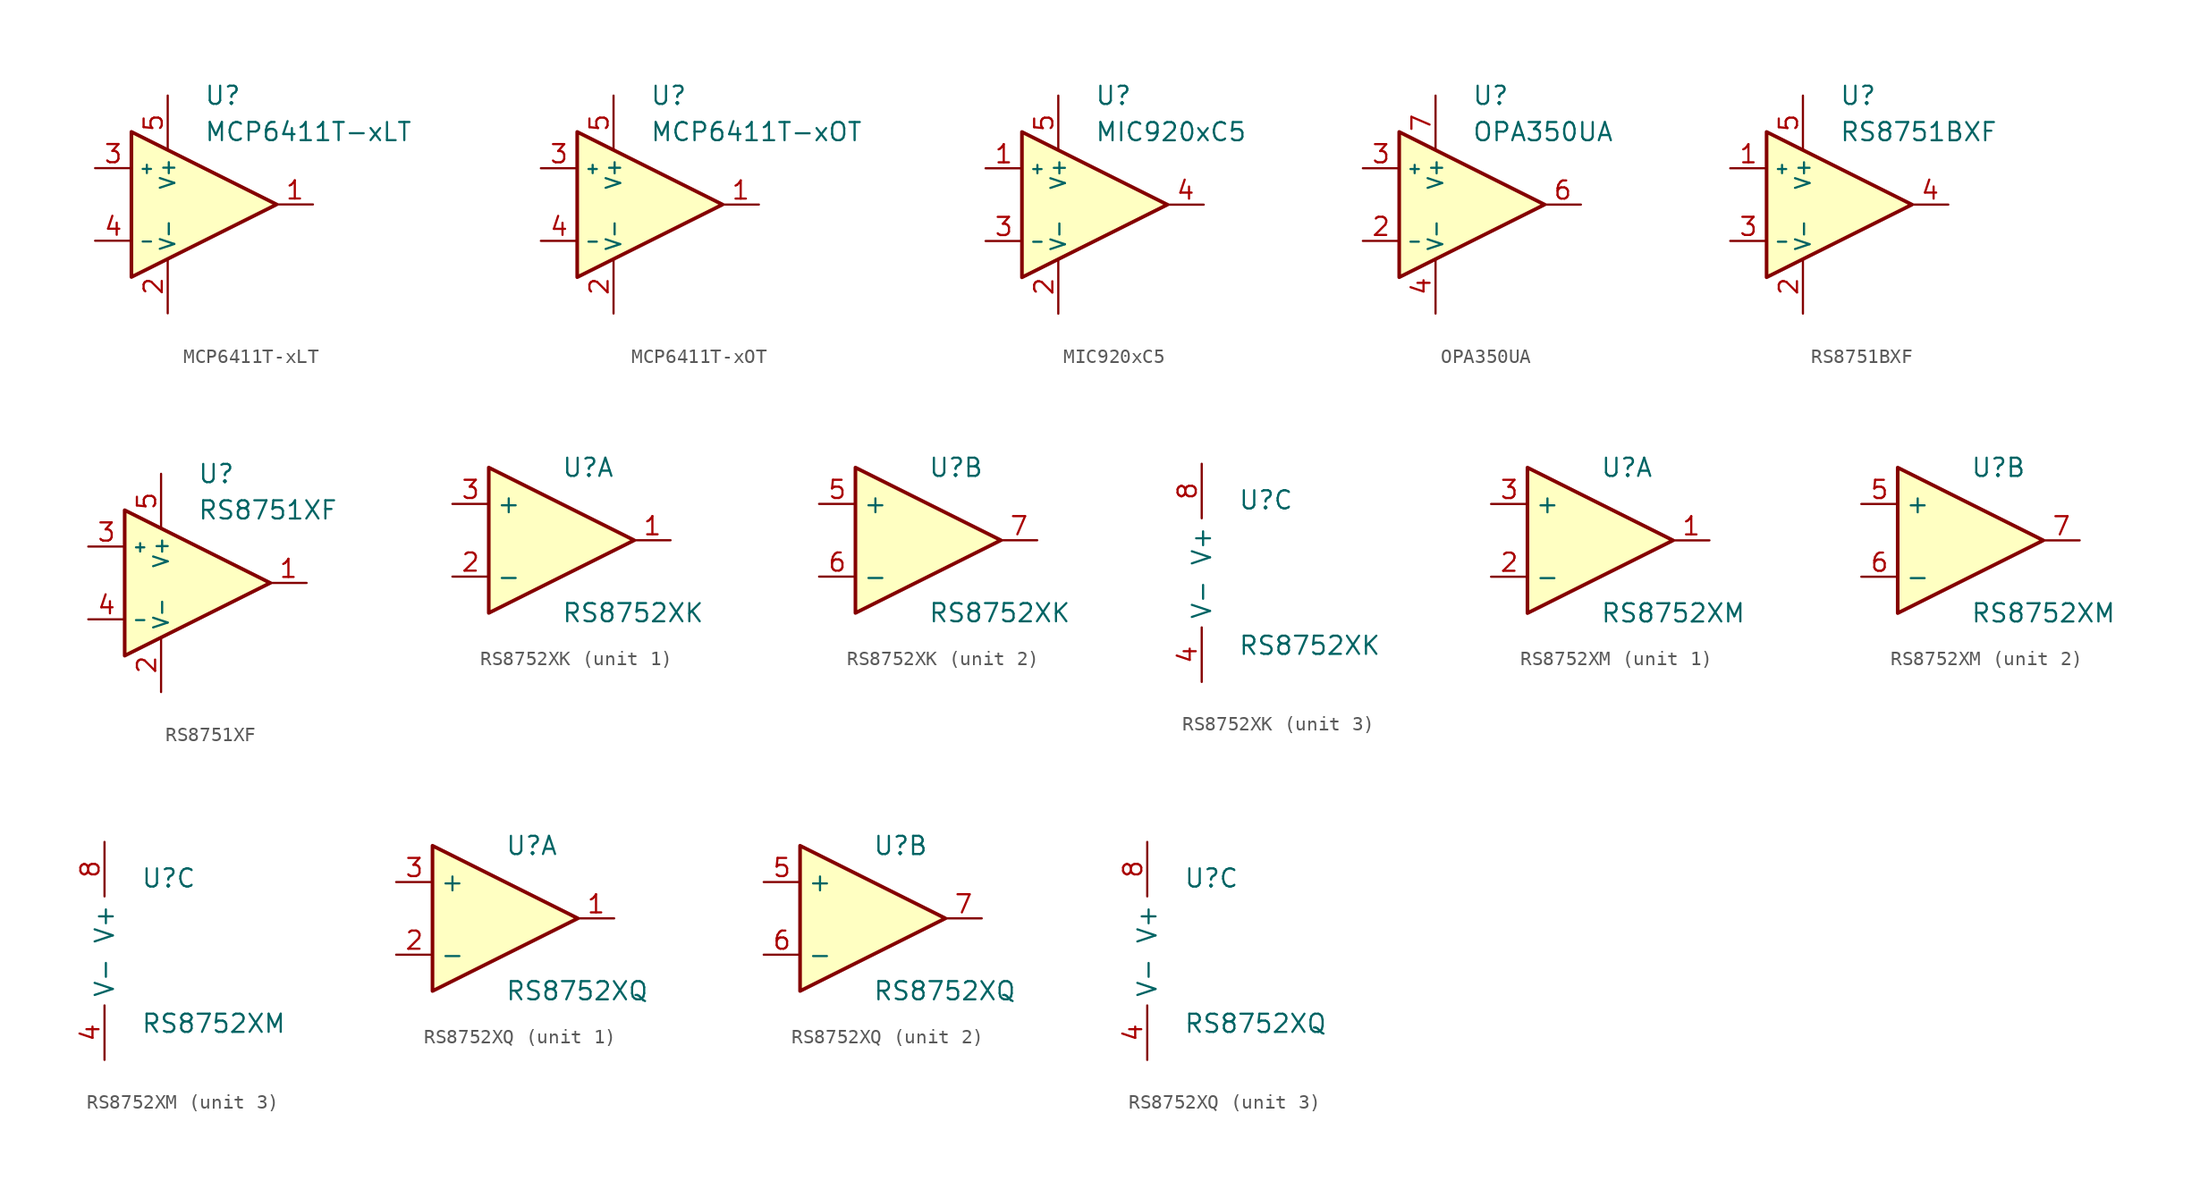
<source format=kicad_sym>
(kicad_symbol_lib
  (version 20210619)
  (generator kicad_symbol_editor)
  (symbol "Gekkio_Amplifier_Operational:MCP6411T-xLT"
    (property "Reference" "U"
      (at 0 7.62 0)
      (effects (font (size 1.27 1.27)) (justify left)))
    (property "Value" "MCP6411T-xLT"
      (at 0 5.08 0)
      (effects (font (size 1.27 1.27)) (justify left)))
    (symbol "MCP6411T-xLT_0_1"
      (polyline (pts (xy -5.08 5.08) (xy 5.08 0) (xy -5.08 -5.08) (xy -5.08 5.08)) (stroke (width 0.254)) (fill (type background))))
    (symbol "MCP6411T-xLT_1_1"
      (pin output line (at 7.62 0 180) (length 2.54) (name "~" (effects (font (size 1.27 1.27)))) (number "1" (effects (font (size 1.27 1.27)))))
      (pin power_in line (at -2.54 -7.62 90) (length 3.81) (name "V-" (effects (font (size 1.016 1.016)))) (number "2" (effects (font (size 1.27 1.27)))))
      (pin input line (at -7.62 2.54 0) (length 2.54) (name "+" (effects (font (size 0.762 0.762)))) (number "3" (effects (font (size 1.27 1.27)))))
      (pin input line (at -7.62 -2.54 0) (length 2.54) (name "-" (effects (font (size 0.762 0.762)))) (number "4" (effects (font (size 1.27 1.27)))))
      (pin power_in line (at -2.54 7.62 270) (length 3.81) (name "V+" (effects (font (size 1.016 1.016)))) (number "5" (effects (font (size 1.27 1.27)))))))
  (symbol "Gekkio_Amplifier_Operational:MCP6411T-xOT"
    (property "Reference" "U"
      (at 0 7.62 0)
      (effects (font (size 1.27 1.27)) (justify left)))
    (property "Value" "MCP6411T-xOT"
      (at 0 5.08 0)
      (effects (font (size 1.27 1.27)) (justify left)))
    (symbol "MCP6411T-xOT_0_1"
      (polyline (pts (xy -5.08 5.08) (xy 5.08 0) (xy -5.08 -5.08) (xy -5.08 5.08)) (stroke (width 0.254)) (fill (type background))))
    (symbol "MCP6411T-xOT_1_1"
      (pin output line (at 7.62 0 180) (length 2.54) (name "~" (effects (font (size 1.27 1.27)))) (number "1" (effects (font (size 1.27 1.27)))))
      (pin power_in line (at -2.54 -7.62 90) (length 3.81) (name "V-" (effects (font (size 1.016 1.016)))) (number "2" (effects (font (size 1.27 1.27)))))
      (pin input line (at -7.62 2.54 0) (length 2.54) (name "+" (effects (font (size 0.762 0.762)))) (number "3" (effects (font (size 1.27 1.27)))))
      (pin input line (at -7.62 -2.54 0) (length 2.54) (name "-" (effects (font (size 0.762 0.762)))) (number "4" (effects (font (size 1.27 1.27)))))
      (pin power_in line (at -2.54 7.62 270) (length 3.81) (name "V+" (effects (font (size 1.016 1.016)))) (number "5" (effects (font (size 1.27 1.27)))))))
  (symbol "Gekkio_Amplifier_Operational:MIC920xC5"
    (property "Reference" "U"
      (at 0 7.62 0)
      (effects (font (size 1.27 1.27)) (justify left)))
    (property "Value" "MIC920xC5"
      (at 0 5.08 0)
      (effects (font (size 1.27 1.27)) (justify left)))
    (symbol "MIC920xC5_0_1"
      (polyline (pts (xy -5.08 5.08) (xy 5.08 0) (xy -5.08 -5.08) (xy -5.08 5.08)) (stroke (width 0.254)) (fill (type background))))
    (symbol "MIC920xC5_1_1"
      (pin input line (at -7.62 2.54 0) (length 2.54) (name "+" (effects (font (size 0.762 0.762)))) (number "1" (effects (font (size 1.27 1.27)))))
      (pin power_in line (at -2.54 -7.62 90) (length 3.81) (name "V-" (effects (font (size 1.016 1.016)))) (number "2" (effects (font (size 1.27 1.27)))))
      (pin input line (at -7.62 -2.54 0) (length 2.54) (name "-" (effects (font (size 0.762 0.762)))) (number "3" (effects (font (size 1.27 1.27)))))
      (pin output line (at 7.62 0 180) (length 2.54) (name "~" (effects (font (size 1.27 1.27)))) (number "4" (effects (font (size 1.27 1.27)))))
      (pin power_in line (at -2.54 7.62 270) (length 3.81) (name "V+" (effects (font (size 1.016 1.016)))) (number "5" (effects (font (size 1.27 1.27)))))))
  (symbol "Gekkio_Amplifier_Operational:OPA350UA"
    (property "Reference" "U"
      (at 0 7.62 0)
      (effects (font (size 1.27 1.27)) (justify left)))
    (property "Value" "OPA350UA"
      (at 0 5.08 0)
      (effects (font (size 1.27 1.27)) (justify left)))
    (symbol "OPA350UA_0_1"
      (polyline (pts (xy -5.08 5.08) (xy 5.08 0) (xy -5.08 -5.08) (xy -5.08 5.08)) (stroke (width 0.254)) (fill (type background))))
    (symbol "OPA350UA_1_1"
      (pin input line (at -7.62 -2.54 0) (length 2.54) (name "-" (effects (font (size 0.762 0.762)))) (number "2" (effects (font (size 1.27 1.27)))))
      (pin input line (at -7.62 2.54 0) (length 2.54) (name "+" (effects (font (size 0.762 0.762)))) (number "3" (effects (font (size 1.27 1.27)))))
      (pin power_in line (at -2.54 -7.62 90) (length 3.81) (name "V-" (effects (font (size 1.016 1.016)))) (number "4" (effects (font (size 1.27 1.27)))))
      (pin output line (at 7.62 0 180) (length 2.54) (name "~" (effects (font (size 1.27 1.27)))) (number "6" (effects (font (size 1.27 1.27)))))
      (pin power_in line (at -2.54 7.62 270) (length 3.81) (name "V+" (effects (font (size 1.016 1.016)))) (number "7" (effects (font (size 1.27 1.27)))))))
  (symbol "Gekkio_Amplifier_Operational:RS8751BXF"
    (property "Reference" "U"
      (at 0 7.62 0)
      (effects (font (size 1.27 1.27)) (justify left)))
    (property "Value" "RS8751BXF"
      (at 0 5.08 0)
      (effects (font (size 1.27 1.27)) (justify left)))
    (symbol "RS8751BXF_0_1"
      (polyline (pts (xy -5.08 5.08) (xy 5.08 0) (xy -5.08 -5.08) (xy -5.08 5.08)) (stroke (width 0.254)) (fill (type background))))
    (symbol "RS8751BXF_1_1"
      (pin input line (at -7.62 2.54 0) (length 2.54) (name "+" (effects (font (size 0.762 0.762)))) (number "1" (effects (font (size 1.27 1.27)))))
      (pin power_in line (at -2.54 -7.62 90) (length 3.81) (name "V-" (effects (font (size 1.016 1.016)))) (number "2" (effects (font (size 1.27 1.27)))))
      (pin input line (at -7.62 -2.54 0) (length 2.54) (name "-" (effects (font (size 0.762 0.762)))) (number "3" (effects (font (size 1.27 1.27)))))
      (pin output line (at 7.62 0 180) (length 2.54) (name "~" (effects (font (size 1.27 1.27)))) (number "4" (effects (font (size 1.27 1.27)))))
      (pin power_in line (at -2.54 7.62 270) (length 3.81) (name "V+" (effects (font (size 1.016 1.016)))) (number "5" (effects (font (size 1.27 1.27)))))))
  (symbol "Gekkio_Amplifier_Operational:RS8751XF"
    (property "Reference" "U"
      (at 0 7.62 0)
      (effects (font (size 1.27 1.27)) (justify left)))
    (property "Value" "RS8751XF"
      (at 0 5.08 0)
      (effects (font (size 1.27 1.27)) (justify left)))
    (symbol "RS8751XF_0_1"
      (polyline (pts (xy -5.08 5.08) (xy 5.08 0) (xy -5.08 -5.08) (xy -5.08 5.08)) (stroke (width 0.254)) (fill (type background))))
    (symbol "RS8751XF_1_1"
      (pin output line (at 7.62 0 180) (length 2.54) (name "~" (effects (font (size 1.27 1.27)))) (number "1" (effects (font (size 1.27 1.27)))))
      (pin power_in line (at -2.54 -7.62 90) (length 3.81) (name "V-" (effects (font (size 1.016 1.016)))) (number "2" (effects (font (size 1.27 1.27)))))
      (pin input line (at -7.62 2.54 0) (length 2.54) (name "+" (effects (font (size 0.762 0.762)))) (number "3" (effects (font (size 1.27 1.27)))))
      (pin input line (at -7.62 -2.54 0) (length 2.54) (name "-" (effects (font (size 0.762 0.762)))) (number "4" (effects (font (size 1.27 1.27)))))
      (pin power_in line (at -2.54 7.62 270) (length 3.81) (name "V+" (effects (font (size 1.016 1.016)))) (number "5" (effects (font (size 1.27 1.27)))))))
  (symbol "Gekkio_Amplifier_Operational:RS8752XK"
    (property "Reference" "U"
      (at 0 5.08 0)
      (effects (font (size 1.27 1.27)) (justify left)))
    (property "Value" "RS8752XK"
      (at 0 -5.08 0)
      (effects (font (size 1.27 1.27)) (justify left)))
    (property "ki_locked" ""
      (at 0 0 0)
      (effects (font (size 1.27 1.27))))
    (symbol "RS8752XK_1_1"
      (polyline (pts (xy -5.08 5.08) (xy 5.08 0) (xy -5.08 -5.08) (xy -5.08 5.08)) (stroke (width 0.254)) (fill (type background)))
      (pin output line (at 7.62 0 180) (length 2.54) (name "~" (effects (font (size 1.27 1.27)))) (number "1" (effects (font (size 1.27 1.27)))))
      (pin input line (at -7.62 -2.54 0) (length 2.54) (name "-" (effects (font (size 1.27 1.27)))) (number "2" (effects (font (size 1.27 1.27)))))
      (pin input line (at -7.62 2.54 0) (length 2.54) (name "+" (effects (font (size 1.27 1.27)))) (number "3" (effects (font (size 1.27 1.27))))))
    (symbol "RS8752XK_2_1"
      (polyline (pts (xy -5.08 5.08) (xy 5.08 0) (xy -5.08 -5.08) (xy -5.08 5.08)) (stroke (width 0.254)) (fill (type background)))
      (pin input line (at -7.62 2.54 0) (length 2.54) (name "+" (effects (font (size 1.27 1.27)))) (number "5" (effects (font (size 1.27 1.27)))))
      (pin input line (at -7.62 -2.54 0) (length 2.54) (name "-" (effects (font (size 1.27 1.27)))) (number "6" (effects (font (size 1.27 1.27)))))
      (pin output line (at 7.62 0 180) (length 2.54) (name "~" (effects (font (size 1.27 1.27)))) (number "7" (effects (font (size 1.27 1.27))))))
    (symbol "RS8752XK_3_1"
      (pin power_in line (at -2.54 -7.62 90) (length 3.81) (name "V-" (effects (font (size 1.27 1.27)))) (number "4" (effects (font (size 1.27 1.27)))))
      (pin power_in line (at -2.54 7.62 270) (length 3.81) (name "V+" (effects (font (size 1.27 1.27)))) (number "8" (effects (font (size 1.27 1.27)))))))
  (symbol "Gekkio_Amplifier_Operational:RS8752XM"
    (property "Reference" "U"
      (at 0 5.08 0)
      (effects (font (size 1.27 1.27)) (justify left)))
    (property "Value" "RS8752XM"
      (at 0 -5.08 0)
      (effects (font (size 1.27 1.27)) (justify left)))
    (property "ki_locked" ""
      (at 0 0 0)
      (effects (font (size 1.27 1.27))))
    (symbol "RS8752XM_1_1"
      (polyline (pts (xy -5.08 5.08) (xy 5.08 0) (xy -5.08 -5.08) (xy -5.08 5.08)) (stroke (width 0.254)) (fill (type background)))
      (pin output line (at 7.62 0 180) (length 2.54) (name "~" (effects (font (size 1.27 1.27)))) (number "1" (effects (font (size 1.27 1.27)))))
      (pin input line (at -7.62 -2.54 0) (length 2.54) (name "-" (effects (font (size 1.27 1.27)))) (number "2" (effects (font (size 1.27 1.27)))))
      (pin input line (at -7.62 2.54 0) (length 2.54) (name "+" (effects (font (size 1.27 1.27)))) (number "3" (effects (font (size 1.27 1.27))))))
    (symbol "RS8752XM_2_1"
      (polyline (pts (xy -5.08 5.08) (xy 5.08 0) (xy -5.08 -5.08) (xy -5.08 5.08)) (stroke (width 0.254)) (fill (type background)))
      (pin input line (at -7.62 2.54 0) (length 2.54) (name "+" (effects (font (size 1.27 1.27)))) (number "5" (effects (font (size 1.27 1.27)))))
      (pin input line (at -7.62 -2.54 0) (length 2.54) (name "-" (effects (font (size 1.27 1.27)))) (number "6" (effects (font (size 1.27 1.27)))))
      (pin output line (at 7.62 0 180) (length 2.54) (name "~" (effects (font (size 1.27 1.27)))) (number "7" (effects (font (size 1.27 1.27))))))
    (symbol "RS8752XM_3_1"
      (pin power_in line (at -2.54 -7.62 90) (length 3.81) (name "V-" (effects (font (size 1.27 1.27)))) (number "4" (effects (font (size 1.27 1.27)))))
      (pin power_in line (at -2.54 7.62 270) (length 3.81) (name "V+" (effects (font (size 1.27 1.27)))) (number "8" (effects (font (size 1.27 1.27)))))))
  (symbol "Gekkio_Amplifier_Operational:RS8752XQ"
    (property "Reference" "U"
      (at 0 5.08 0)
      (effects (font (size 1.27 1.27)) (justify left)))
    (property "Value" "RS8752XQ"
      (at 0 -5.08 0)
      (effects (font (size 1.27 1.27)) (justify left)))
    (property "ki_locked" ""
      (at 0 0 0)
      (effects (font (size 1.27 1.27))))
    (symbol "RS8752XQ_1_1"
      (polyline (pts (xy -5.08 5.08) (xy 5.08 0) (xy -5.08 -5.08) (xy -5.08 5.08)) (stroke (width 0.254)) (fill (type background)))
      (pin output line (at 7.62 0 180) (length 2.54) (name "~" (effects (font (size 1.27 1.27)))) (number "1" (effects (font (size 1.27 1.27)))))
      (pin input line (at -7.62 -2.54 0) (length 2.54) (name "-" (effects (font (size 1.27 1.27)))) (number "2" (effects (font (size 1.27 1.27)))))
      (pin input line (at -7.62 2.54 0) (length 2.54) (name "+" (effects (font (size 1.27 1.27)))) (number "3" (effects (font (size 1.27 1.27))))))
    (symbol "RS8752XQ_2_1"
      (polyline (pts (xy -5.08 5.08) (xy 5.08 0) (xy -5.08 -5.08) (xy -5.08 5.08)) (stroke (width 0.254)) (fill (type background)))
      (pin input line (at -7.62 2.54 0) (length 2.54) (name "+" (effects (font (size 1.27 1.27)))) (number "5" (effects (font (size 1.27 1.27)))))
      (pin input line (at -7.62 -2.54 0) (length 2.54) (name "-" (effects (font (size 1.27 1.27)))) (number "6" (effects (font (size 1.27 1.27)))))
      (pin output line (at 7.62 0 180) (length 2.54) (name "~" (effects (font (size 1.27 1.27)))) (number "7" (effects (font (size 1.27 1.27))))))
    (symbol "RS8752XQ_3_1"
      (pin power_in line (at -2.54 -7.62 90) (length 3.81) (name "V-" (effects (font (size 1.27 1.27)))) (number "4" (effects (font (size 1.27 1.27)))))
      (pin power_in line (at -2.54 7.62 270) (length 3.81) (name "V+" (effects (font (size 1.27 1.27)))) (number "8" (effects (font (size 1.27 1.27))))))))
</source>
